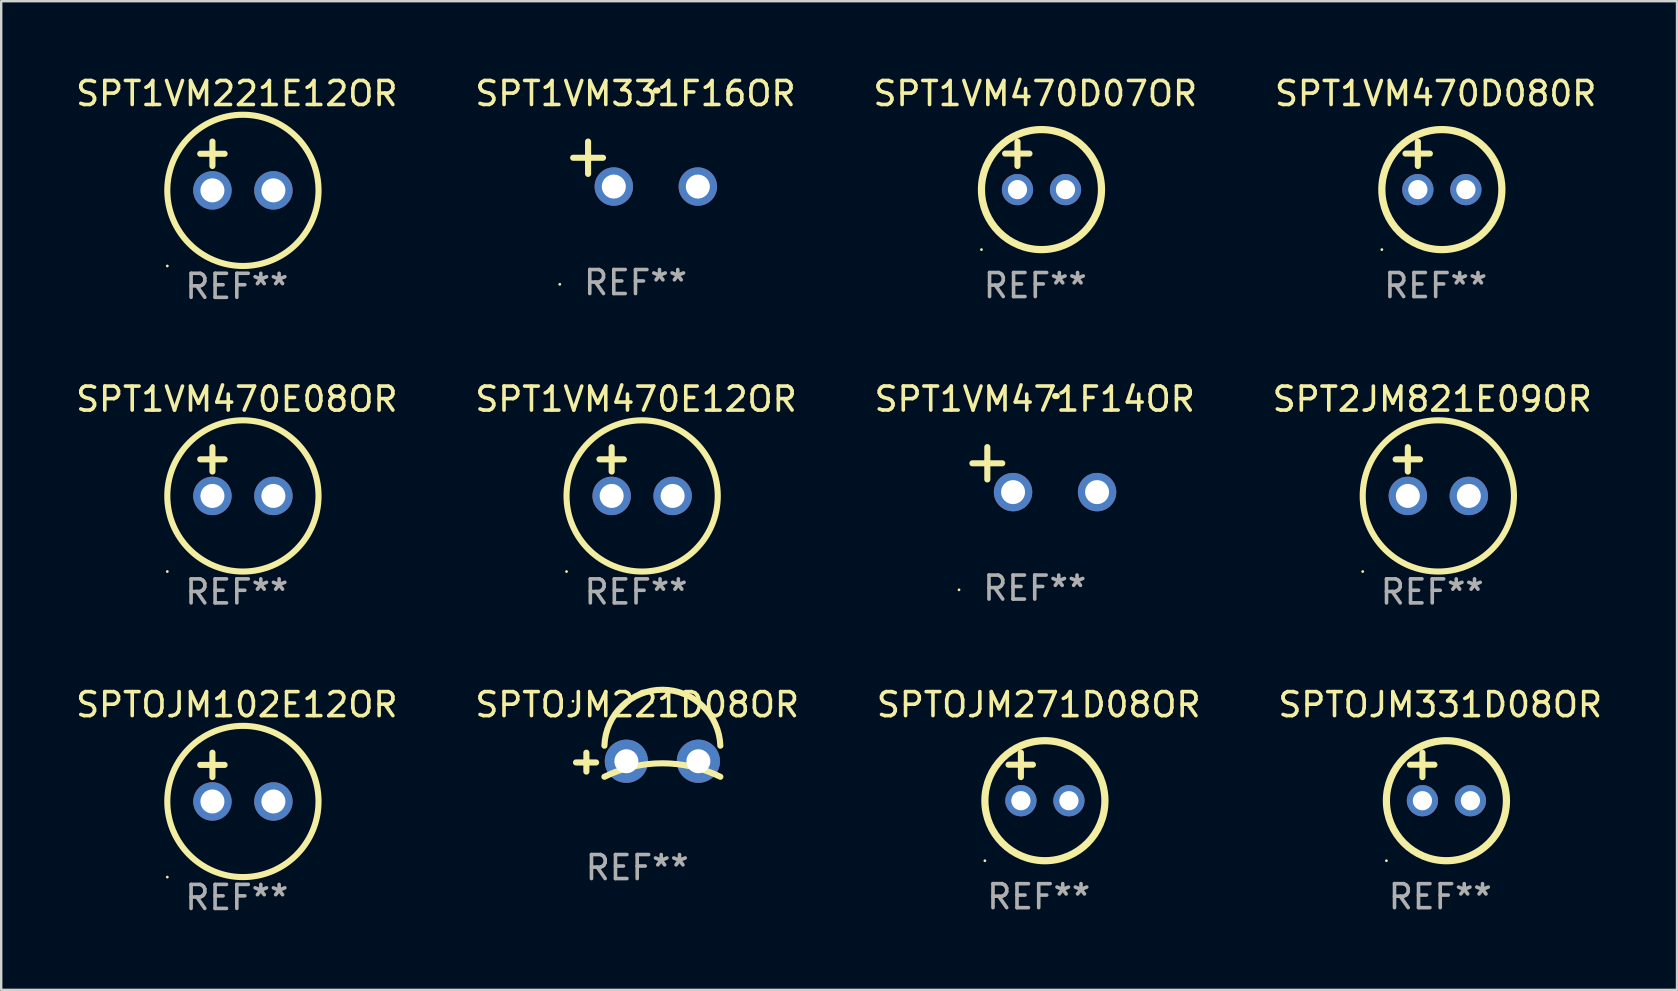
<source format=kicad_pcb>
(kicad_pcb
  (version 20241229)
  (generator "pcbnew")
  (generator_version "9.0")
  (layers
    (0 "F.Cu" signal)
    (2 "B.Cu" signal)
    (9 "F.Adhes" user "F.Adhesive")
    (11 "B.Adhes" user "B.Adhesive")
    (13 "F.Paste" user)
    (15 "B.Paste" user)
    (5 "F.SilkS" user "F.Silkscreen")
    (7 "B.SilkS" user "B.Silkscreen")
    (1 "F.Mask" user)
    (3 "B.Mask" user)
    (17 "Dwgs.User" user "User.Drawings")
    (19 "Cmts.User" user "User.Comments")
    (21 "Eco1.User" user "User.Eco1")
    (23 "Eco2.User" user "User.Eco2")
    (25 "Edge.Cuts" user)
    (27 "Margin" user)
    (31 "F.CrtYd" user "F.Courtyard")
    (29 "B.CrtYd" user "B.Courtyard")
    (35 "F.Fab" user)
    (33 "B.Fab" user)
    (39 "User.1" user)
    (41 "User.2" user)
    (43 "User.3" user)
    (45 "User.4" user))
  (footprint "SPT1VM470E12OR"
    (layer "F.Cu")
    (at 23.446 16.593)
    (property "Reference" "SPT1VM470E12OR" (at 0 -3.016 0) (layer "F.SilkS") (effects (font (size 1 1) (thickness 0.15))))
    (attr through_hole)
    (fp_line (start -1.524 -0.508) (end -0.508 -0.508) (stroke (width 0.254) (type solid)) (layer "F.SilkS"))
    (fp_line (start -1.016 -1.016) (end -1.016 0) (stroke (width 0.254) (type solid)) (layer "F.SilkS"))
    (fp_circle (center -2.896 4.166) (end -2.866 4.166) (stroke (width 0.06) (type solid)) (fill no) (layer "F.SilkS"))
    (fp_circle (center 0.254 1.016) (end 3.404 1.016) (stroke (width 0.254) (type solid)) (fill no) (layer "F.SilkS"))
    (fp_text user "REF**" (at 0 5.016 0) (layer "F.Fab") (effects (font (size 1 1) (thickness 0.15))))
    (pad "1" thru_hole circle (at -1.016 1.016) (size 1.6 1.6) (drill 1) (layers "*.Cu" "*.Mask"))
    (pad "2" thru_hole circle (at 1.524 1.016) (size 1.6 1.6) (drill 1) (layers "*.Cu" "*.Mask")))
  (footprint "SPT1VM221E12OR"
    (layer "F.Cu")
    (at 6.815 3.864)
    (property "Reference" "SPT1VM221E12OR" (at 0 -3.016 0) (layer "F.SilkS") (effects (font (size 1 1) (thickness 0.15))))
    (attr through_hole)
    (fp_line (start -1.524 -0.508) (end -0.508 -0.508) (stroke (width 0.254) (type solid)) (layer "F.SilkS"))
    (fp_line (start -1.016 -1.016) (end -1.016 0) (stroke (width 0.254) (type solid)) (layer "F.SilkS"))
    (fp_circle (center -2.896 4.166) (end -2.866 4.166) (stroke (width 0.06) (type solid)) (fill no) (layer "F.SilkS"))
    (fp_circle (center 0.254 1.016) (end 3.404 1.016) (stroke (width 0.254) (type solid)) (fill no) (layer "F.SilkS"))
    (fp_text user "REF**" (at 0 5.016 0) (layer "F.Fab") (effects (font (size 1 1) (thickness 0.15))))
    (pad "1" thru_hole circle (at -1.016 1.016) (size 1.6 1.6) (drill 1) (layers "*.Cu" "*.Mask"))
    (pad "2" thru_hole circle (at 1.524 1.016) (size 1.6 1.6) (drill 1) (layers "*.Cu" "*.Mask")))
  (footprint "SPT2JM821E09OR"
    (layer "F.Cu")
    (at 56.613 16.593)
    (property "Reference" "SPT2JM821E09OR" (at 0 -3.016 0) (layer "F.SilkS") (effects (font (size 1 1) (thickness 0.15))))
    (attr through_hole)
    (fp_line (start -1.524 -0.508) (end -0.508 -0.508) (stroke (width 0.254) (type solid)) (layer "F.SilkS"))
    (fp_line (start -1.016 -1.016) (end -1.016 0) (stroke (width 0.254) (type solid)) (layer "F.SilkS"))
    (fp_circle (center -2.896 4.166) (end -2.866 4.166) (stroke (width 0.06) (type solid)) (fill no) (layer "F.SilkS"))
    (fp_circle (center 0.254 1.016) (end 3.404 1.016) (stroke (width 0.254) (type solid)) (fill no) (layer "F.SilkS"))
    (fp_text user "REF**" (at 0 5.016 0) (layer "F.Fab") (effects (font (size 1 1) (thickness 0.15))))
    (pad "1" thru_hole circle (at -1.016 1.016) (size 1.6 1.6) (drill 1) (layers "*.Cu" "*.Mask"))
    (pad "2" thru_hole circle (at 1.524 1.016) (size 1.6 1.6) (drill 1) (layers "*.Cu" "*.Mask")))
  (footprint "SPTOJM221D08OR"
    (layer "F.Cu")
    (at 23.494 28.699)
    (property "Reference" "SPTOJM221D08OR" (at 0 -2.394 0) (layer "F.SilkS") (effects (font (size 1 1) (thickness 0.15))))
    (attr through_hole)
    (fp_line (start -2.117 0.394) (end -2.117 -0.394) (stroke (width 0.254) (type solid)) (layer "F.SilkS"))
    (fp_line (start -1.711 0.013) (end -2.549 0.013) (stroke (width 0.254) (type solid)) (layer "F.SilkS"))
    (fp_arc (start -1.366193 0.608941) (mid 1.048615 0.047743) (end 3.463424 0.60894) (stroke (width 0.254001) (type solid)) (layer "F.SilkS"))
    (fp_arc (start -1.366192 -0.685141) (mid 1.048616 -3.016259) (end 3.463424 -0.685141) (stroke (width 0.254001) (type solid)) (layer "F.SilkS"))
    (fp_circle (center -2.676 -2.538) (end -2.646 -2.538) (stroke (width 0.06) (type solid)) (fill no) (layer "F.SilkS"))
    (fp_text user "REF**" (at 0 4.394 0) (layer "F.Fab") (effects (font (size 1 1) (thickness 0.15))))
    (pad "1" thru_hole circle (at -0.451 -0.038) (size 1.8 1.8) (drill 1) (layers "*.Cu" "*.Mask"))
    (pad "2" thru_hole circle (at 2.549 -0.038) (size 1.8 1.8) (drill 1) (layers "*.Cu" "*.Mask")))
  (footprint "SPT1VM471F14OR"
    (layer "F.Cu")
    (at 40.054 16.513)
    (property "Reference" "SPT1VM471F14OR" (at 0 -2.937 0) (layer "F.SilkS") (effects (font (size 1 1) (thickness 0.15))))
    (attr through_hole)
    (fp_line (start -1.975 0.41) (end -1.975 -0.937) (stroke (width 0.254) (type solid)) (layer "F.SilkS"))
    (fp_line (start -1.353 -0.263) (end -2.597 -0.263) (stroke (width 0.254) (type solid)) (layer "F.SilkS"))
    (fp_arc (start 0.849809 -3.063957) (mid 0.885369 -3.064114) (end 0.920929 -3.063957) (stroke (width 0.254001) (type solid)) (layer "F.SilkS"))
    (fp_circle (center -3.154 5.008) (end -3.124 5.008) (stroke (width 0.06) (type solid)) (fill no) (layer "F.SilkS"))
    (fp_text user "REF**" (at 0 4.937 0) (layer "F.Fab") (effects (font (size 1 1) (thickness 0.15))))
    (pad "1" thru_hole circle (at -0.903 0.937) (size 1.6 1.6) (drill 1) (layers "*.Cu" "*.Mask"))
    (pad "2" thru_hole circle (at 2.597 0.937) (size 1.6 1.6) (drill 1) (layers "*.Cu" "*.Mask")))
  (footprint "SPT1VM470D07OR"
    (layer "F.Cu")
    (at 40.077 3.848)
    (property "Reference" "SPT1VM470D07OR" (at 0 -3 0) (layer "F.SilkS") (effects (font (size 1 1) (thickness 0.15))))
    (attr through_hole)
    (fp_line (start -1.258 -0.5) (end -0.242 -0.5) (stroke (width 0.254) (type solid)) (layer "F.SilkS"))
    (fp_line (start -0.742 -1) (end -0.742 0.016) (stroke (width 0.254) (type solid)) (layer "F.SilkS"))
    (fp_circle (center -2.242 3.5) (end -2.212 3.5) (stroke (width 0.06) (type solid)) (fill no) (layer "F.SilkS"))
    (fp_circle (center 0.258 1) (end 2.758 1) (stroke (width 0.3) (type solid)) (fill no) (layer "F.SilkS"))
    (fp_text user "REF**" (at 0 5 0) (layer "F.Fab") (effects (font (size 1 1) (thickness 0.15))))
    (pad "1" thru_hole circle (at -0.742 1) (size 1.3 1.3) (drill 0.8) (layers "*.Cu" "*.Mask"))
    (pad "2" thru_hole circle (at 1.258 1) (size 1.3 1.3) (drill 0.8) (layers "*.Cu" "*.Mask")))
  (footprint "SPTOJM271D08OR"
    (layer "F.Cu")
    (at 40.22 29.305)
    (property "Reference" "SPTOJM271D08OR" (at 0 -3 0) (layer "F.SilkS") (effects (font (size 1 1) (thickness 0.15))))
    (attr through_hole)
    (fp_line (start -1.258 -0.5) (end -0.242 -0.5) (stroke (width 0.254) (type solid)) (layer "F.SilkS"))
    (fp_line (start -0.742 -1) (end -0.742 0.016) (stroke (width 0.254) (type solid)) (layer "F.SilkS"))
    (fp_circle (center -2.242 3.5) (end -2.212 3.5) (stroke (width 0.06) (type solid)) (fill no) (layer "F.SilkS"))
    (fp_circle (center 0.258 1) (end 2.758 1) (stroke (width 0.3) (type solid)) (fill no) (layer "F.SilkS"))
    (fp_text user "REF**" (at 0 5 0) (layer "F.Fab") (effects (font (size 1 1) (thickness 0.15))))
    (pad "1" thru_hole circle (at -0.742 1) (size 1.3 1.3) (drill 0.8) (layers "*.Cu" "*.Mask"))
    (pad "2" thru_hole circle (at 1.258 1) (size 1.3 1.3) (drill 0.8) (layers "*.Cu" "*.Mask")))
  (footprint "SPTOJM102E12OR"
    (layer "F.Cu")
    (at 6.815 29.321)
    (property "Reference" "SPTOJM102E12OR" (at 0 -3.016 0) (layer "F.SilkS") (effects (font (size 1 1) (thickness 0.15))))
    (attr through_hole)
    (fp_line (start -1.524 -0.508) (end -0.508 -0.508) (stroke (width 0.254) (type solid)) (layer "F.SilkS"))
    (fp_line (start -1.016 -1.016) (end -1.016 0) (stroke (width 0.254) (type solid)) (layer "F.SilkS"))
    (fp_circle (center -2.896 4.166) (end -2.866 4.166) (stroke (width 0.06) (type solid)) (fill no) (layer "F.SilkS"))
    (fp_circle (center 0.254 1.016) (end 3.404 1.016) (stroke (width 0.254) (type solid)) (fill no) (layer "F.SilkS"))
    (fp_text user "REF**" (at 0 5.016 0) (layer "F.Fab") (effects (font (size 1 1) (thickness 0.15))))
    (pad "1" thru_hole circle (at -1.016 1.016) (size 1.6 1.6) (drill 1) (layers "*.Cu" "*.Mask"))
    (pad "2" thru_hole circle (at 1.524 1.016) (size 1.6 1.6) (drill 1) (layers "*.Cu" "*.Mask")))
  (footprint "SPTOJM331D08OR"
    (layer "F.Cu")
    (at 56.946 29.305)
    (property "Reference" "SPTOJM331D08OR" (at 0 -3 0) (layer "F.SilkS") (effects (font (size 1 1) (thickness 0.15))))
    (attr through_hole)
    (fp_line (start -1.258 -0.5) (end -0.242 -0.5) (stroke (width 0.254) (type solid)) (layer "F.SilkS"))
    (fp_line (start -0.742 -1) (end -0.742 0.016) (stroke (width 0.254) (type solid)) (layer "F.SilkS"))
    (fp_circle (center -2.242 3.5) (end -2.212 3.5) (stroke (width 0.06) (type solid)) (fill no) (layer "F.SilkS"))
    (fp_circle (center 0.258 1) (end 2.758 1) (stroke (width 0.3) (type solid)) (fill no) (layer "F.SilkS"))
    (fp_text user "REF**" (at 0 5 0) (layer "F.Fab") (effects (font (size 1 1) (thickness 0.15))))
    (pad "1" thru_hole circle (at -0.742 1) (size 1.3 1.3) (drill 0.8) (layers "*.Cu" "*.Mask"))
    (pad "2" thru_hole circle (at 1.258 1) (size 1.3 1.3) (drill 0.8) (layers "*.Cu" "*.Mask")))
  (footprint "SPT1VM331F16OR"
    (layer "F.Cu")
    (at 23.423 3.785)
    (property "Reference" "SPT1VM331F16OR" (at 0 -2.937 0) (layer "F.SilkS") (effects (font (size 1 1) (thickness 0.15))))
    (attr through_hole)
    (fp_line (start -1.975 0.41) (end -1.975 -0.937) (stroke (width 0.254) (type solid)) (layer "F.SilkS"))
    (fp_line (start -1.353 -0.263) (end -2.597 -0.263) (stroke (width 0.254) (type solid)) (layer "F.SilkS"))
    (fp_arc (start 0.849809 -3.063957) (mid 0.885369 -3.064114) (end 0.920929 -3.063957) (stroke (width 0.254001) (type solid)) (layer "F.SilkS"))
    (fp_circle (center -3.154 5.008) (end -3.124 5.008) (stroke (width 0.06) (type solid)) (fill no) (layer "F.SilkS"))
    (fp_text user "REF**" (at 0 4.937 0) (layer "F.Fab") (effects (font (size 1 1) (thickness 0.15))))
    (pad "1" thru_hole circle (at -0.903 0.937) (size 1.6 1.6) (drill 1) (layers "*.Cu" "*.Mask"))
    (pad "2" thru_hole circle (at 2.597 0.937) (size 1.6 1.6) (drill 1) (layers "*.Cu" "*.Mask")))
  (footprint "SPT1VM470D080R"
    (layer "F.Cu")
    (at 56.756 3.848)
    (property "Reference" "SPT1VM470D080R" (at 0 -3 0) (layer "F.SilkS") (effects (font (size 1 1) (thickness 0.15))))
    (attr through_hole)
    (fp_line (start -1.258 -0.5) (end -0.242 -0.5) (stroke (width 0.254) (type solid)) (layer "F.SilkS"))
    (fp_line (start -0.742 -1) (end -0.742 0.016) (stroke (width 0.254) (type solid)) (layer "F.SilkS"))
    (fp_circle (center -2.242 3.5) (end -2.212 3.5) (stroke (width 0.06) (type solid)) (fill no) (layer "F.SilkS"))
    (fp_circle (center 0.258 1) (end 2.758 1) (stroke (width 0.3) (type solid)) (fill no) (layer "F.SilkS"))
    (fp_text user "REF**" (at 0 5 0) (layer "F.Fab") (effects (font (size 1 1) (thickness 0.15))))
    (pad "1" thru_hole circle (at -0.742 1) (size 1.3 1.3) (drill 0.8) (layers "*.Cu" "*.Mask"))
    (pad "2" thru_hole circle (at 1.258 1) (size 1.3 1.3) (drill 0.8) (layers "*.Cu" "*.Mask")))
  (footprint "SPT1VM470E08OR"
    (layer "F.Cu")
    (at 6.815 16.593)
    (property "Reference" "SPT1VM470E08OR" (at 0 -3.016 0) (layer "F.SilkS") (effects (font (size 1 1) (thickness 0.15))))
    (attr through_hole)
    (fp_line (start -1.524 -0.508) (end -0.508 -0.508) (stroke (width 0.254) (type solid)) (layer "F.SilkS"))
    (fp_line (start -1.016 -1.016) (end -1.016 0) (stroke (width 0.254) (type solid)) (layer "F.SilkS"))
    (fp_circle (center -2.896 4.166) (end -2.866 4.166) (stroke (width 0.06) (type solid)) (fill no) (layer "F.SilkS"))
    (fp_circle (center 0.254 1.016) (end 3.404 1.016) (stroke (width 0.254) (type solid)) (fill no) (layer "F.SilkS"))
    (fp_text user "REF**" (at 0 5.016 0) (layer "F.Fab") (effects (font (size 1 1) (thickness 0.15))))
    (pad "1" thru_hole circle (at -1.016 1.016) (size 1.6 1.6) (drill 1) (layers "*.Cu" "*.Mask"))
    (pad "2" thru_hole circle (at 1.524 1.016) (size 1.6 1.6) (drill 1) (layers "*.Cu" "*.Mask")))
  (gr_rect
    (start -3 -3)
    (end 66.81 38.186)
    (stroke (width 0.1) (type default))
    (fill no)
    (layer "Edge.Cuts")))
</source>
